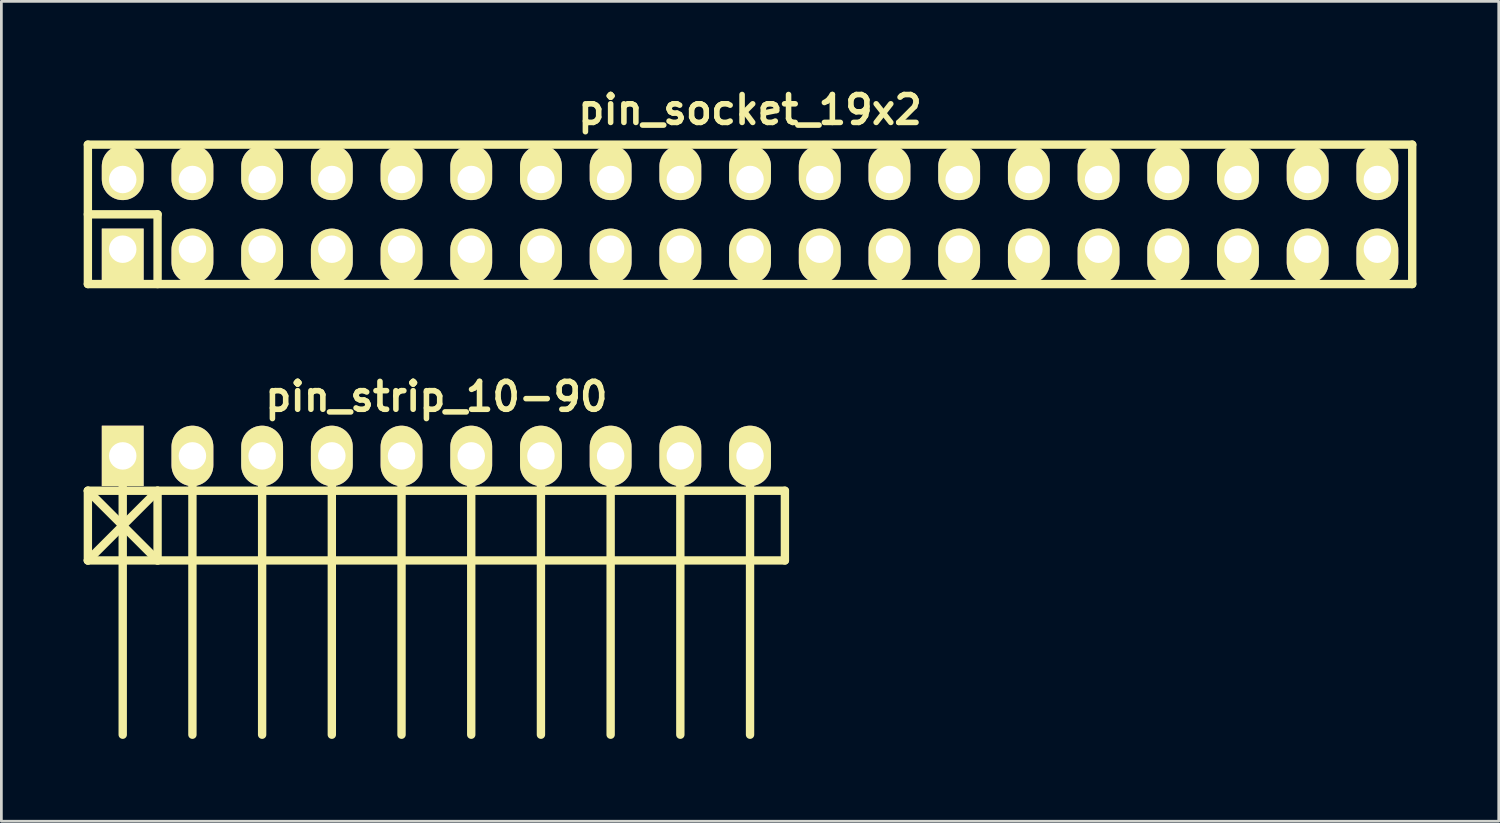
<source format=kicad_pcb>
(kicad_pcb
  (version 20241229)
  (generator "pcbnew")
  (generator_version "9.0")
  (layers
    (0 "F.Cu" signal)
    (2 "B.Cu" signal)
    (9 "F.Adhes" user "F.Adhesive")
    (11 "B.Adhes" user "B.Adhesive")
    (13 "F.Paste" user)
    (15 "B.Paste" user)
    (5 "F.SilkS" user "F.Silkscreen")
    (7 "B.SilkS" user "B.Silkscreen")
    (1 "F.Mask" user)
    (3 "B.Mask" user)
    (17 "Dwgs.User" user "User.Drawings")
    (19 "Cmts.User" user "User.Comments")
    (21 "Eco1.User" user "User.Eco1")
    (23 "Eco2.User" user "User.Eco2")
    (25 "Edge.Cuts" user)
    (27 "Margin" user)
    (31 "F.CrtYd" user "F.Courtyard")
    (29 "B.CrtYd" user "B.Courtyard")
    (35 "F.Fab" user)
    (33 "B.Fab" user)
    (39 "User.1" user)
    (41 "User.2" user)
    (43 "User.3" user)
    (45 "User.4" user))
  (footprint "pin_socket_19x2"
    (layer "F.Cu")
    (at 24.282 4.761)
    (property "Reference" "pin_socket_19x2" (at 0 -3.81 0) (layer "F.SilkS") (effects (font (size 1.016 1.016) (thickness 0.203))))
    (attr through_hole)
    (fp_line (start -24.13 -2.54) (end -24.13 2.54) (stroke (width 0.305) (type solid)) (layer "F.SilkS"))
    (fp_line (start -24.13 -2.54) (end 24.13 -2.54) (stroke (width 0.305) (type solid)) (layer "F.SilkS"))
    (fp_line (start -24.13 0) (end -21.59 0) (stroke (width 0.305) (type solid)) (layer "F.SilkS"))
    (fp_line (start -21.59 0) (end -21.59 2.54) (stroke (width 0.305) (type solid)) (layer "F.SilkS"))
    (fp_line (start 24.13 2.54) (end -24.13 2.54) (stroke (width 0.305) (type solid)) (layer "F.SilkS"))
    (fp_line (start 24.13 2.54) (end 24.13 -2.54) (stroke (width 0.305) (type solid)) (layer "F.SilkS"))
    (pad "1" thru_hole rect (at -22.86 1.27) (size 1.524 1.999) (drill 1.001 (offset 0 0.249)) (layers "*.Cu" "*.Mask" "F.SilkS"))
    (pad "2" thru_hole oval (at -22.86 -1.27) (size 1.524 1.999) (drill 1.001 (offset 0 -0.249)) (layers "*.Cu" "*.Mask" "F.SilkS"))
    (pad "3" thru_hole oval (at -20.32 1.27) (size 1.524 1.999) (drill 1.001 (offset 0 0.249)) (layers "*.Cu" "*.Mask" "F.SilkS"))
    (pad "4" thru_hole oval (at -20.32 -1.27) (size 1.524 1.999) (drill 1.001 (offset 0 -0.249)) (layers "*.Cu" "*.Mask" "F.SilkS"))
    (pad "5" thru_hole oval (at -17.78 1.27) (size 1.524 1.999) (drill 1.001 (offset 0 0.249)) (layers "*.Cu" "*.Mask" "F.SilkS"))
    (pad "6" thru_hole oval (at -17.78 -1.27) (size 1.524 1.999) (drill 1.001 (offset 0 -0.249)) (layers "*.Cu" "*.Mask" "F.SilkS"))
    (pad "7" thru_hole oval (at -15.24 1.27) (size 1.524 1.999) (drill 1.001 (offset 0 0.249)) (layers "*.Cu" "*.Mask" "F.SilkS"))
    (pad "8" thru_hole oval (at -15.24 -1.27) (size 1.524 1.999) (drill 1.001 (offset 0 -0.249)) (layers "*.Cu" "*.Mask" "F.SilkS"))
    (pad "9" thru_hole oval (at -12.7 1.27) (size 1.524 1.999) (drill 1.001 (offset 0 0.249)) (layers "*.Cu" "*.Mask" "F.SilkS"))
    (pad "10" thru_hole oval (at -12.7 -1.27) (size 1.524 1.999) (drill 1.001 (offset 0 -0.249)) (layers "*.Cu" "*.Mask" "F.SilkS"))
    (pad "11" thru_hole oval (at -10.16 1.27) (size 1.524 1.999) (drill 1.001 (offset 0 0.249)) (layers "*.Cu" "*.Mask" "F.SilkS"))
    (pad "12" thru_hole oval (at -10.16 -1.27) (size 1.524 1.999) (drill 1.001 (offset 0 -0.249)) (layers "*.Cu" "*.Mask" "F.SilkS"))
    (pad "13" thru_hole oval (at -7.62 1.27) (size 1.524 1.999) (drill 1.001 (offset 0 0.249)) (layers "*.Cu" "*.Mask" "F.SilkS"))
    (pad "14" thru_hole oval (at -7.62 -1.27) (size 1.524 1.999) (drill 1.001 (offset 0 -0.249)) (layers "*.Cu" "*.Mask" "F.SilkS"))
    (pad "15" thru_hole oval (at -5.08 1.27) (size 1.524 1.999) (drill 1.001 (offset 0 0.249)) (layers "*.Cu" "*.Mask" "F.SilkS"))
    (pad "16" thru_hole oval (at -5.08 -1.27) (size 1.524 1.999) (drill 1.001 (offset 0 -0.249)) (layers "*.Cu" "*.Mask" "F.SilkS"))
    (pad "17" thru_hole oval (at -2.54 1.27) (size 1.524 1.999) (drill 1.001 (offset 0 0.249)) (layers "*.Cu" "*.Mask" "F.SilkS"))
    (pad "18" thru_hole oval (at -2.54 -1.27) (size 1.524 1.999) (drill 1.001 (offset 0 -0.249)) (layers "*.Cu" "*.Mask" "F.SilkS"))
    (pad "19" thru_hole oval (at 0 1.27) (size 1.524 1.999) (drill 1.001 (offset 0 0.249)) (layers "*.Cu" "*.Mask" "F.SilkS"))
    (pad "20" thru_hole oval (at 0 -1.27) (size 1.524 1.999) (drill 1.001 (offset 0 -0.249)) (layers "*.Cu" "*.Mask" "F.SilkS"))
    (pad "21" thru_hole oval (at 2.54 1.27) (size 1.524 1.999) (drill 1.001 (offset 0 0.249)) (layers "*.Cu" "*.Mask" "F.SilkS"))
    (pad "22" thru_hole oval (at 2.54 -1.27) (size 1.524 1.999) (drill 1.001 (offset 0 -0.249)) (layers "*.Cu" "*.Mask" "F.SilkS"))
    (pad "23" thru_hole oval (at 5.08 1.27) (size 1.524 1.999) (drill 1.001 (offset 0 0.249)) (layers "*.Cu" "*.Mask" "F.SilkS"))
    (pad "24" thru_hole oval (at 5.08 -1.27) (size 1.524 1.999) (drill 1.001 (offset 0 -0.249)) (layers "*.Cu" "*.Mask" "F.SilkS"))
    (pad "25" thru_hole oval (at 7.62 1.27) (size 1.524 1.999) (drill 1.001 (offset 0 0.249)) (layers "*.Cu" "*.Mask" "F.SilkS"))
    (pad "26" thru_hole oval (at 7.62 -1.27) (size 1.524 1.999) (drill 1.001 (offset 0 -0.249)) (layers "*.Cu" "*.Mask" "F.SilkS"))
    (pad "27" thru_hole oval (at 10.16 1.27) (size 1.524 1.999) (drill 1.001 (offset 0 0.249)) (layers "*.Cu" "*.Mask" "F.SilkS"))
    (pad "28" thru_hole oval (at 10.16 -1.27) (size 1.524 1.999) (drill 1.001 (offset 0 -0.249)) (layers "*.Cu" "*.Mask" "F.SilkS"))
    (pad "29" thru_hole oval (at 12.7 1.27) (size 1.524 1.999) (drill 1.001 (offset 0 0.249)) (layers "*.Cu" "*.Mask" "F.SilkS"))
    (pad "30" thru_hole oval (at 12.7 -1.27) (size 1.524 1.999) (drill 1.001 (offset 0 -0.249)) (layers "*.Cu" "*.Mask" "F.SilkS"))
    (pad "31" thru_hole oval (at 15.24 1.27) (size 1.524 1.999) (drill 1.001 (offset 0 0.249)) (layers "*.Cu" "*.Mask" "F.SilkS"))
    (pad "32" thru_hole oval (at 15.24 -1.27) (size 1.524 1.999) (drill 1.001 (offset 0 -0.249)) (layers "*.Cu" "*.Mask" "F.SilkS"))
    (pad "33" thru_hole oval (at 17.78 1.27) (size 1.524 1.999) (drill 1.001 (offset 0 0.249)) (layers "*.Cu" "*.Mask" "F.SilkS"))
    (pad "34" thru_hole oval (at 17.78 -1.27) (size 1.524 1.999) (drill 1.001 (offset 0 -0.249)) (layers "*.Cu" "*.Mask" "F.SilkS"))
    (pad "35" thru_hole oval (at 20.32 1.27) (size 1.524 1.999) (drill 1.001 (offset 0 0.249)) (layers "*.Cu" "*.Mask" "F.SilkS"))
    (pad "36" thru_hole oval (at 20.32 -1.27) (size 1.524 1.999) (drill 1.001 (offset 0 -0.249)) (layers "*.Cu" "*.Mask" "F.SilkS"))
    (pad "37" thru_hole oval (at 22.86 1.27) (size 1.524 1.999) (drill 1.001 (offset 0 0.249)) (layers "*.Cu" "*.Mask" "F.SilkS"))
    (pad "38" thru_hole oval (at 22.86 -1.27) (size 1.524 1.999) (drill 1.001 (offset 0 -0.249)) (layers "*.Cu" "*.Mask" "F.SilkS")))
  (footprint "pin_strip_10-90"
    (layer "F.Cu")
    (at 12.852 13.563)
    (property "Reference" "pin_strip_10-90" (at 0 -2.159 0) (layer "F.SilkS") (effects (font (size 1.016 1.016) (thickness 0.203))))
    (attr through_hole)
    (fp_line (start -12.7 1.27) (end 12.7 1.27) (stroke (width 0.305) (type solid)) (layer "F.SilkS"))
    (fp_line (start -12.7 3.81) (end -12.7 1.27) (stroke (width 0.305) (type solid)) (layer "F.SilkS"))
    (fp_line (start -12.7 3.81) (end -10.16 1.27) (stroke (width 0.305) (type solid)) (layer "F.SilkS"))
    (fp_line (start -11.43 0) (end -11.43 10.16) (stroke (width 0.305) (type solid)) (layer "F.SilkS"))
    (fp_line (start -10.16 1.27) (end -10.16 3.81) (stroke (width 0.305) (type solid)) (layer "F.SilkS"))
    (fp_line (start -10.16 3.81) (end -12.7 1.27) (stroke (width 0.305) (type solid)) (layer "F.SilkS"))
    (fp_line (start -8.89 0) (end -8.89 10.16) (stroke (width 0.305) (type solid)) (layer "F.SilkS"))
    (fp_line (start -6.35 10.16) (end -6.35 0) (stroke (width 0.305) (type solid)) (layer "F.SilkS"))
    (fp_line (start -3.81 0) (end -3.81 10.16) (stroke (width 0.305) (type solid)) (layer "F.SilkS"))
    (fp_line (start -1.27 0) (end -1.27 10.16) (stroke (width 0.305) (type solid)) (layer "F.SilkS"))
    (fp_line (start 1.27 0) (end 1.27 10.16) (stroke (width 0.305) (type solid)) (layer "F.SilkS"))
    (fp_line (start 3.81 0) (end 3.81 10.16) (stroke (width 0.305) (type solid)) (layer "F.SilkS"))
    (fp_line (start 6.35 0) (end 6.35 10.16) (stroke (width 0.305) (type solid)) (layer "F.SilkS"))
    (fp_line (start 8.89 0) (end 8.89 10.16) (stroke (width 0.305) (type solid)) (layer "F.SilkS"))
    (fp_line (start 11.43 0) (end 11.43 10.16) (stroke (width 0.305) (type solid)) (layer "F.SilkS"))
    (fp_line (start 12.7 1.27) (end 12.7 3.81) (stroke (width 0.305) (type solid)) (layer "F.SilkS"))
    (fp_line (start 12.7 3.81) (end -12.7 3.81) (stroke (width 0.305) (type solid)) (layer "F.SilkS"))
    (pad "1" thru_hole rect (at -11.43 0) (size 1.524 2.2) (drill 1.001) (layers "*.Cu" "*.Mask" "F.SilkS"))
    (pad "2" thru_hole oval (at -8.89 0) (size 1.524 2.2) (drill 1.001) (layers "*.Cu" "*.Mask" "F.SilkS"))
    (pad "3" thru_hole oval (at -6.35 0) (size 1.524 2.2) (drill 1.001) (layers "*.Cu" "*.Mask" "F.SilkS"))
    (pad "4" thru_hole oval (at -3.81 0) (size 1.524 2.2) (drill 1.001) (layers "*.Cu" "*.Mask" "F.SilkS"))
    (pad "5" thru_hole oval (at -1.27 0) (size 1.524 2.2) (drill 1.001) (layers "*.Cu" "*.Mask" "F.SilkS"))
    (pad "6" thru_hole oval (at 1.27 0) (size 1.524 2.2) (drill 1.001) (layers "*.Cu" "*.Mask" "F.SilkS"))
    (pad "7" thru_hole oval (at 3.81 0) (size 1.524 2.2) (drill 1.001) (layers "*.Cu" "*.Mask" "F.SilkS"))
    (pad "8" thru_hole oval (at 6.35 0) (size 1.524 2.2) (drill 1.001) (layers "*.Cu" "*.Mask" "F.SilkS"))
    (pad "9" thru_hole oval (at 8.89 0) (size 1.524 2.2) (drill 1.001) (layers "*.Cu" "*.Mask" "F.SilkS"))
    (pad "10" thru_hole oval (at 11.43 0) (size 1.524 2.2) (drill 1.001) (layers "*.Cu" "*.Mask" "F.SilkS")))
  (gr_rect
    (start -3 -3)
    (end 51.565 26.876)
    (stroke (width 0.1) (type default))
    (fill no)
    (layer "Edge.Cuts")))
</source>
